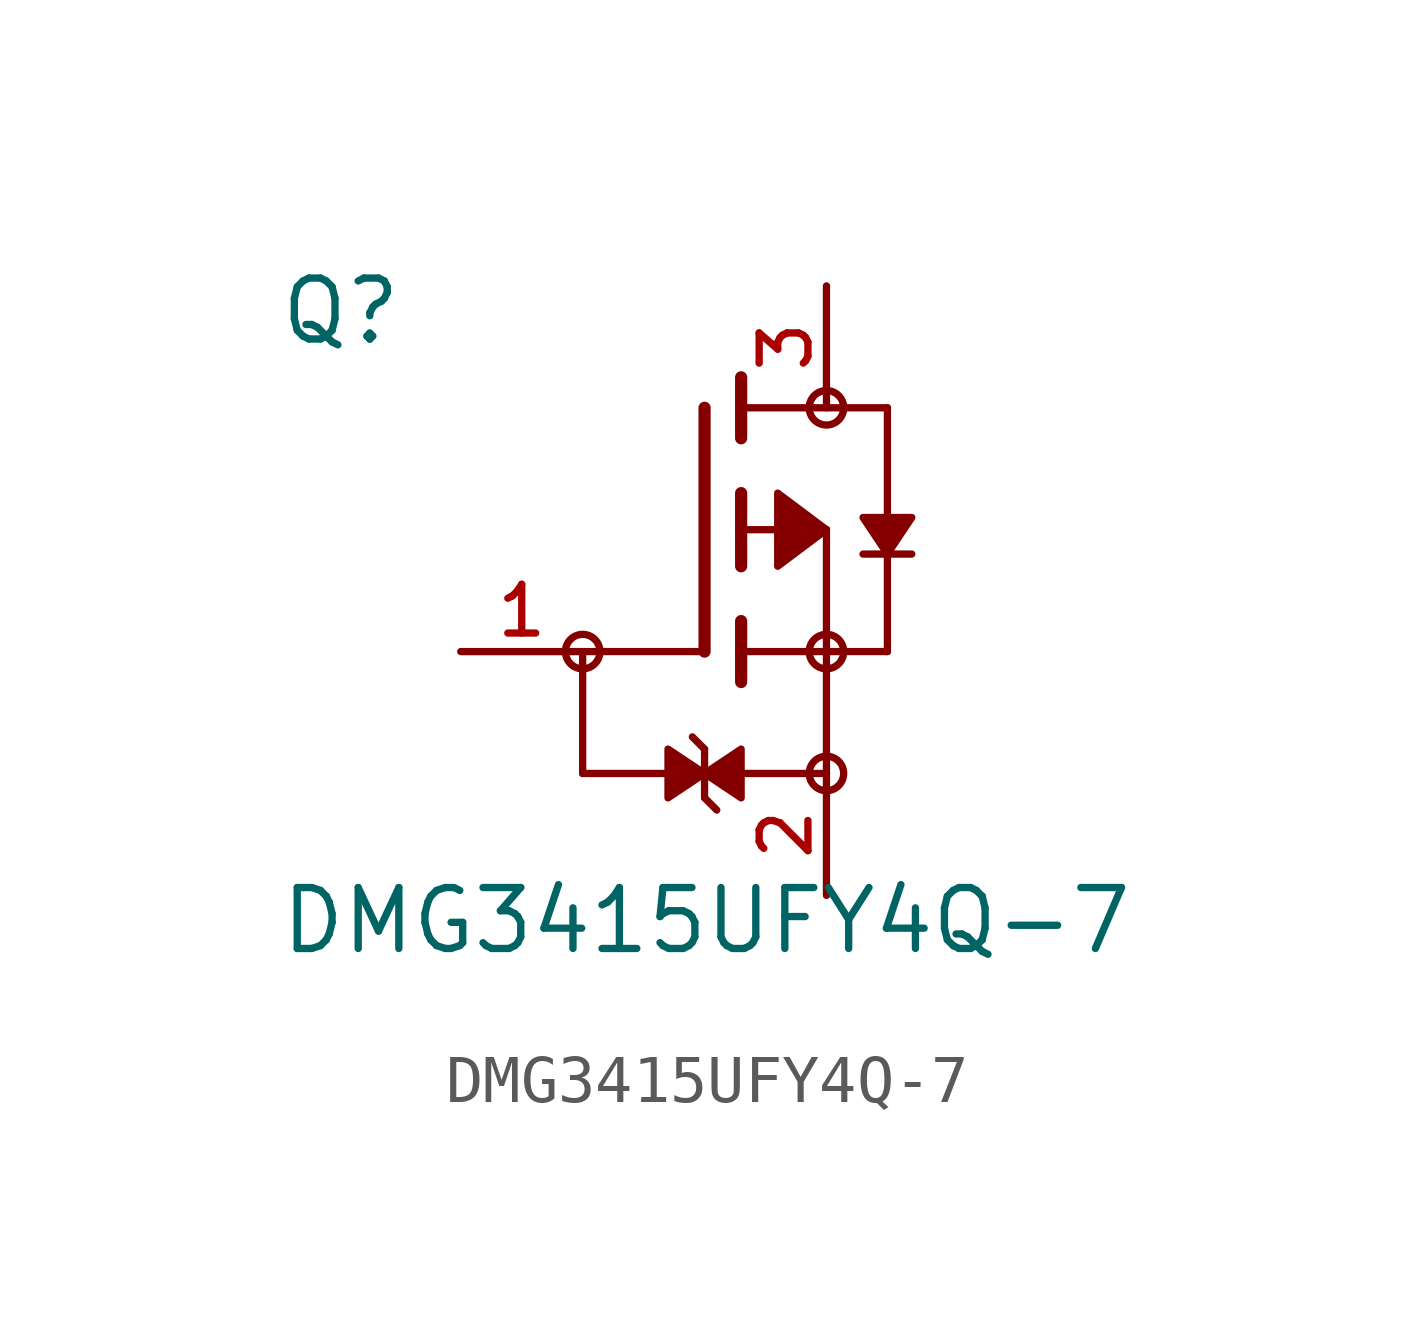
<source format=kicad_sym>
(kicad_symbol_lib
  (version 20211014)
  (generator kicad_symbol_editor)
  (symbol "DMG3415UFY4Q-7"
    (pin_names
      (offset 1.016))
    (property "Reference" "Q"
      (at -8.89 3.81 0)
      (effects (font (size 1.27 1.27)) (justify bottom left)))
    (property "Value" "DMG3415UFY4Q-7"
      (at -8.89 -8.89 0)
      (effects (font (size 1.27 1.27)) (justify bottom left)))
    (symbol "DMG3415UFY4Q-7_0_0"
      (polyline (pts (xy 0.762 -0.762) (xy 0.762 0.0)) (stroke (width 0.254)))
      (polyline (pts (xy 0.762 0.0) (xy 0.762 0.762)) (stroke (width 0.254)))
      (polyline (pts (xy 0.762 -3.175) (xy 0.762 -2.54)) (stroke (width 0.254)))
      (polyline (pts (xy 0.762 -2.54) (xy 0.762 -1.905)) (stroke (width 0.254)))
      (polyline (pts (xy 0.762 0.0) (xy 2.54 0.0)) (stroke (width 0.152)))
      (polyline (pts (xy 0.762 1.905) (xy 0.762 2.54)) (stroke (width 0.254)))
      (polyline (pts (xy 0.762 2.54) (xy 0.762 3.175)) (stroke (width 0.254)))
      (polyline (pts (xy 0.0 -2.54) (xy 0.0 2.54)) (stroke (width 0.254)))
      (polyline (pts (xy 3.81 2.54) (xy 0.762 2.54)) (stroke (width 0.152)))
      (polyline (pts (xy 0.762 -2.54) (xy 2.54 -2.54)) (stroke (width 0.152)))
      (circle (center 2.54 2.54) (radius 0.359) (stroke (width 0.0)) (fill (type none)))
      (circle (center 2.54 -2.54) (radius 0.359) (stroke (width 0.0)) (fill (type none)))
      (polyline (pts (xy 2.54 0.0) (xy 1.524 0.762) (xy 1.524 -0.762) (xy 2.54 0.0)) (stroke (width 0.152)) (fill (type outline)))
      (polyline (pts (xy 2.54 -2.54) (xy 3.81 -2.54)) (stroke (width 0.152)))
      (polyline (pts (xy 3.81 2.54) (xy 3.81 -0.508)) (stroke (width 0.152)))
      (polyline (pts (xy 3.81 -0.508) (xy 3.81 -2.54)) (stroke (width 0.152)))
      (polyline (pts (xy 4.318 -0.508) (xy 3.81 -0.508)) (stroke (width 0.152)))
      (polyline (pts (xy 3.81 -0.508) (xy 3.302 -0.508)) (stroke (width 0.152)))
      (polyline (pts (xy 3.81 -0.508) (xy 3.302 0.254) (xy 4.318 0.254) (xy 3.81 -0.508)) (stroke (width 0.152)) (fill (type outline)))
      (polyline (pts (xy 2.54 -2.54) (xy 2.54 0.0)) (stroke (width 0.152)))
      (polyline (pts (xy 2.54 -2.54) (xy 2.54 -5.08)) (stroke (width 0.152)))
      (polyline (pts (xy 2.54 -5.08) (xy -2.54 -5.08)) (stroke (width 0.152)))
      (polyline (pts (xy -2.54 -5.08) (xy -2.54 -2.54)) (stroke (width 0.152)))
      (polyline (pts (xy -2.54 -2.54) (xy 0.0 -2.54)) (stroke (width 0.152)))
      (polyline (pts (xy 0.0 -5.08) (xy -0.762 -5.588) (xy -0.762 -4.572) (xy 0.0 -5.08)) (stroke (width 0.152)) (fill (type outline)))
      (polyline (pts (xy 0.0 -5.08) (xy 0.762 -4.572) (xy 0.762 -5.588) (xy 0.0 -5.08)) (stroke (width 0.152)) (fill (type outline)))
      (polyline (pts (xy 0.0 -4.572) (xy 0.0 -5.588)) (stroke (width 0.152)))
      (polyline (pts (xy 0.0 -5.588) (xy 0.254 -5.842)) (stroke (width 0.152)))
      (polyline (pts (xy -0.254 -4.318) (xy 0.0 -4.572)) (stroke (width 0.152)))
      (circle (center -2.54 -2.54) (radius 0.359) (stroke (width 0.0)) (fill (type none)))
      (circle (center 2.54 -5.08) (radius 0.359) (stroke (width 0.0)) (fill (type none)))
      (pin passive line (at 2.54 5.08 270.0) (length 2.54) (name "~" (effects (font (size 1.016 1.016)))) (number "3" (effects (font (size 1.016 1.016)))))
      (pin passive line (at 2.54 -7.62 90.0) (length 2.54) (name "~" (effects (font (size 1.016 1.016)))) (number "2" (effects (font (size 1.016 1.016)))))
      (pin passive line (at -5.08 -2.54 0) (length 2.54) (name "~" (effects (font (size 1.016 1.016)))) (number "1" (effects (font (size 1.016 1.016))))))))
</source>
